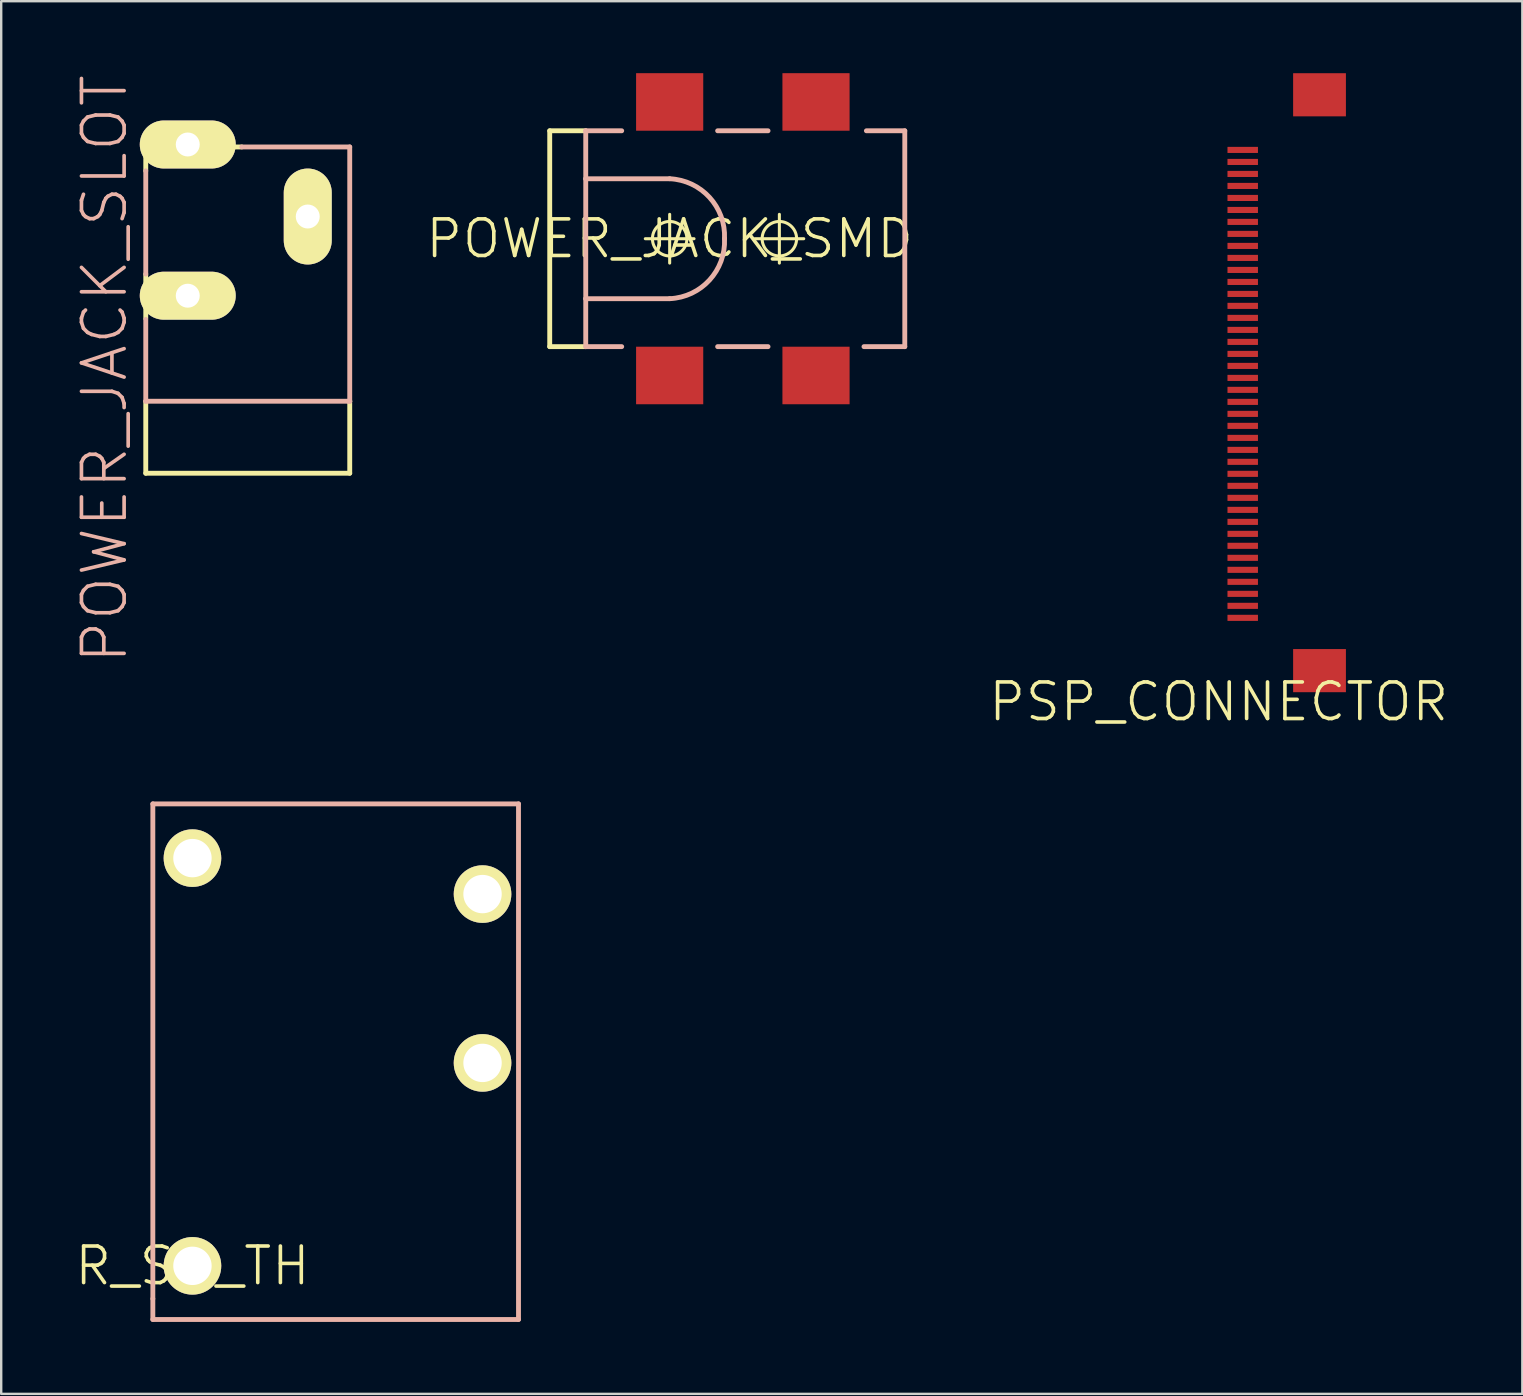
<source format=kicad_pcb>
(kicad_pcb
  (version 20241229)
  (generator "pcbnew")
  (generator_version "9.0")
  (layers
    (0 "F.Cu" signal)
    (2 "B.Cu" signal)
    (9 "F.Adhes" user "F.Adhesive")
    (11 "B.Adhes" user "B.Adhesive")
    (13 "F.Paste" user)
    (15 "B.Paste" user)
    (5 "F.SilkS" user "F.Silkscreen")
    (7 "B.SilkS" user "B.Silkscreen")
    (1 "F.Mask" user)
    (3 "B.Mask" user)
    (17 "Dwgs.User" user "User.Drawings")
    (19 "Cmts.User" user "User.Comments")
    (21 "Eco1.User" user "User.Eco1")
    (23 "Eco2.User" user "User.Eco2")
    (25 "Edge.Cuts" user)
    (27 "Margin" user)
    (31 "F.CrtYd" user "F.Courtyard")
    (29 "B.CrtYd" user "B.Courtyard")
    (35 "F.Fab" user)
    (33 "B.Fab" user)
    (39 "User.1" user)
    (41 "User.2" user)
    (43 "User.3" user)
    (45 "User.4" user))
  (footprint "R_SW_TH"
    (layer "F.Cu")
    (at 4.971 49.707)
    (property "Reference" "R_SW_TH" (at 0 0 0) (layer "F.SilkS") (effects (font (size 1.524 1.524) (thickness 0.15))))
    (attr exclude_from_pos_files exclude_from_bom)
    (fp_line (start -1.651 -19.253) (end -1.651 1.372) (stroke (width 0.203) (type solid)) (layer "B.SilkS"))
    (fp_line (start -1.651 -19.253) (end 13.589 -19.253) (stroke (width 0.203) (type solid)) (layer "B.SilkS"))
    (fp_line (start -1.651 1.372) (end -1.651 2.235) (stroke (width 0.203) (type solid)) (layer "B.SilkS"))
    (fp_line (start 13.589 -19.253) (end 13.589 2.235) (stroke (width 0.203) (type solid)) (layer "B.SilkS"))
    (fp_line (start 13.589 2.235) (end -1.651 2.235) (stroke (width 0.203) (type solid)) (layer "B.SilkS"))
    (pad "P$1" thru_hole circle (at 0 0) (size 2.4 2.4) (drill 1.6) (layers "*.Cu" "F.Mask" "F.SilkS" "F.Paste"))
    (pad "P$2" thru_hole circle (at 0 -16.993) (size 2.4 2.4) (drill 1.6) (layers "*.Cu" "F.Mask" "F.SilkS" "F.Paste"))
    (pad "P$3" thru_hole circle (at 12.09 -15.494) (size 2.4 2.4) (drill 1.6) (layers "*.Cu" "F.Mask" "F.SilkS" "F.Paste"))
    (pad "P$4" thru_hole circle (at 12.09 -8.458) (size 2.4 2.4) (drill 1.6) (layers "*.Cu" "F.Mask" "F.SilkS" "F.Paste")))
  (footprint "PSP_CONNECTOR"
    (layer "F.Cu")
    (at 47.745 26.198)
    (property "Reference" "PSP_CONNECTOR" (at 0 0 0) (layer "F.SilkS") (effects (font (size 1.524 1.524) (thickness 0.15))))
    (attr smd)
    (pad "." smd rect (at 4.399 -25.298 180) (size 0.001 0.001) (layers "B.Cu" "B.Mask"))
    (pad "AVDD" smd rect (at 0.998 -5.999 90) (size 0.254 1.27) (layers "F.Cu" "F.Mask" "F.Paste"))
    (pad "AVDD" smd rect (at 0.998 -5.499 270) (size 0.254 1.27) (layers "F.Cu" "F.Mask" "F.Paste"))
    (pad "B0" smd rect (at 0.998 -13 270) (size 0.254 1.27) (layers "F.Cu" "F.Mask" "F.Paste"))
    (pad "B1" smd rect (at 0.998 -12.499 270) (size 0.254 1.27) (layers "F.Cu" "F.Mask" "F.Paste"))
    (pad "B2" smd rect (at 0.998 -11.999 90) (size 0.254 1.27) (layers "F.Cu" "F.Mask" "F.Paste"))
    (pad "B3" smd rect (at 0.998 -11.499 270) (size 0.254 1.27) (layers "F.Cu" "F.Mask" "F.Paste"))
    (pad "B4" smd rect (at 0.998 -10.998 270) (size 0.254 1.27) (layers "F.Cu" "F.Mask" "F.Paste"))
    (pad "B5" smd rect (at 0.998 -10.498 270) (size 0.254 1.27) (layers "F.Cu" "F.Mask" "F.Paste"))
    (pad "B6" smd rect (at 0.998 -10 90) (size 0.254 1.27) (layers "F.Cu" "F.Mask" "F.Paste"))
    (pad "B7" smd rect (at 0.998 -9.5 270) (size 0.254 1.27) (layers "F.Cu" "F.Mask" "F.Paste"))
    (pad "CK" smd rect (at 0.998 -8.499 270) (size 0.254 1.27) (layers "F.Cu" "F.Mask" "F.Paste"))
    (pad "DISP" smd rect (at 0.998 -7.998 90) (size 0.254 1.27) (layers "F.Cu" "F.Mask" "F.Paste"))
    (pad "G0" smd rect (at 0.998 -16.998 270) (size 0.254 1.27) (layers "F.Cu" "F.Mask" "F.Paste"))
    (pad "G1" smd rect (at 0.998 -16.5 270) (size 0.254 1.27) (layers "F.Cu" "F.Mask" "F.Paste"))
    (pad "G2" smd rect (at 0.998 -15.999 90) (size 0.254 1.27) (layers "F.Cu" "F.Mask" "F.Paste"))
    (pad "G3" smd rect (at 0.998 -15.499 270) (size 0.254 1.27) (layers "F.Cu" "F.Mask" "F.Paste"))
    (pad "G4" smd rect (at 0.998 -14.999 270) (size 0.254 1.27) (layers "F.Cu" "F.Mask" "F.Paste"))
    (pad "G5" smd rect (at 0.998 -14.498 270) (size 0.254 1.27) (layers "F.Cu" "F.Mask" "F.Paste"))
    (pad "G6" smd rect (at 0.998 -13.998 90) (size 0.254 1.27) (layers "F.Cu" "F.Mask" "F.Paste"))
    (pad "G7" smd rect (at 0.998 -13.498 270) (size 0.254 1.27) (layers "F.Cu" "F.Mask" "F.Paste"))
    (pad "GND" smd rect (at 0.998 -23 270) (size 0.254 1.27) (layers "F.Cu" "F.Mask" "F.Paste"))
    (pad "GND2" smd rect (at 0.998 -22.499 270) (size 0.254 1.27) (layers "F.Cu" "F.Mask" "F.Paste"))
    (pad "GND3" smd rect (at 0.998 -8.999 270) (size 0.254 1.27) (layers "F.Cu" "F.Mask" "F.Paste"))
    (pad "GND4" smd rect (at 4.199 -25.298) (size 2.2 1.798) (layers "F.Cu" "F.Mask" "F.Paste"))
    (pad "GND5" smd rect (at 4.199 -1.298) (size 2.2 1.798) (layers "F.Cu" "F.Mask" "F.Paste"))
    (pad "HSYN" smd rect (at 0.998 -7.498 270) (size 0.254 1.27) (layers "F.Cu" "F.Mask" "F.Paste"))
    (pad "NC" smd rect (at 0.998 -6.5 270) (size 0.254 1.27) (layers "F.Cu" "F.Mask" "F.Paste"))
    (pad "NC2" smd rect (at 0.998 -4.999 270) (size 0.254 1.27) (layers "F.Cu" "F.Mask" "F.Paste"))
    (pad "R0" smd rect (at 0.998 -20.998 270) (size 0.254 1.27) (layers "F.Cu" "F.Mask" "F.Paste"))
    (pad "R1" smd rect (at 0.998 -20.498 270) (size 0.254 1.27) (layers "F.Cu" "F.Mask" "F.Paste"))
    (pad "R2" smd rect (at 0.998 -20 90) (size 0.254 1.27) (layers "F.Cu" "F.Mask" "F.Paste"))
    (pad "R3" smd rect (at 0.998 -19.5 270) (size 0.254 1.27) (layers "F.Cu" "F.Mask" "F.Paste"))
    (pad "R4" smd rect (at 0.998 -18.999 270) (size 0.254 1.27) (layers "F.Cu" "F.Mask" "F.Paste"))
    (pad "R5" smd rect (at 0.998 -18.499 270) (size 0.254 1.27) (layers "F.Cu" "F.Mask" "F.Paste"))
    (pad "R6" smd rect (at 0.998 -17.998 90) (size 0.254 1.27) (layers "F.Cu" "F.Mask" "F.Paste"))
    (pad "R7" smd rect (at 0.998 -17.498 270) (size 0.254 1.27) (layers "F.Cu" "F.Mask" "F.Paste"))
    (pad "TEST" smd rect (at 0.998 -4.498 270) (size 0.254 1.27) (layers "F.Cu" "F.Mask" "F.Paste"))
    (pad "TEST" smd rect (at 0.998 -3.998 90) (size 0.254 1.27) (layers "F.Cu" "F.Mask" "F.Paste"))
    (pad "TEST" smd rect (at 0.998 -3.498 270) (size 0.254 1.27) (layers "F.Cu" "F.Mask" "F.Paste"))
    (pad "VCC" smd rect (at 0.998 -21.999 90) (size 0.254 1.27) (layers "F.Cu" "F.Mask" "F.Paste"))
    (pad "VCC2" smd rect (at 0.998 -21.499 270) (size 0.254 1.27) (layers "F.Cu" "F.Mask" "F.Paste"))
    (pad "VSYN" smd rect (at 0.998 -6.998 270) (size 0.254 1.27) (layers "F.Cu" "F.Mask" "F.Paste")))
  (footprint "POWER_JACK_SMD"
    (layer "F.Cu")
    (at 24.86 6.899)
    (property "Reference" "POWER_JACK_SMD" (at 0 0 0) (layer "F.SilkS") (effects (font (size 1.524 1.524) (thickness 0.15))))
    (attr smd)
    (fp_line (start -4.999 -4.498) (end -4.999 4.498) (stroke (width 0.203) (type solid)) (layer "F.SilkS"))
    (fp_line (start -4.999 -4.498) (end -3.498 -4.498) (stroke (width 0.203) (type solid)) (layer "F.SilkS"))
    (fp_line (start -3.498 4.498) (end -4.999 4.498) (stroke (width 0.203) (type solid)) (layer "F.SilkS"))
    (fp_line (start -1.016 0) (end 1.016 0) (stroke (width 0.127) (type solid)) (layer "F.SilkS"))
    (fp_line (start 0 1.016) (end 0 -1.016) (stroke (width 0.127) (type solid)) (layer "F.SilkS"))
    (fp_line (start 3.556 0) (end 5.588 0) (stroke (width 0.127) (type solid)) (layer "F.SilkS"))
    (fp_line (start 4.572 1.016) (end 4.572 -1.016) (stroke (width 0.127) (type solid)) (layer "F.SilkS"))
    (fp_circle (center 0 0) (end -0.508 0.508) (stroke (width 0.127) (type solid)) (fill no) (layer "F.SilkS"))
    (fp_circle (center 4.572 0) (end 5.08 0.508) (stroke (width 0.127) (type solid)) (fill no) (layer "F.SilkS"))
    (fp_line (start -3.498 -4.498) (end -3.498 -2.499) (stroke (width 0.203) (type solid)) (layer "B.SilkS"))
    (fp_line (start -3.498 -4.498) (end -1.999 -4.498) (stroke (width 0.203) (type solid)) (layer "B.SilkS"))
    (fp_line (start -3.498 -2.499) (end -3.498 2.499) (stroke (width 0.203) (type solid)) (layer "B.SilkS"))
    (fp_line (start -3.498 -2.499) (end 0 -2.499) (stroke (width 0.203) (type solid)) (layer "B.SilkS"))
    (fp_line (start -3.498 2.499) (end -3.498 4.498) (stroke (width 0.203) (type solid)) (layer "B.SilkS"))
    (fp_line (start -1.999 4.498) (end -3.498 4.498) (stroke (width 0.203) (type solid)) (layer "B.SilkS"))
    (fp_line (start 0 2.499) (end -3.498 2.499) (stroke (width 0.203) (type solid)) (layer "B.SilkS"))
    (fp_line (start 1.999 -4.498) (end 4.1 -4.498) (stroke (width 0.203) (type solid)) (layer "B.SilkS"))
    (fp_line (start 4.1 4.498) (end 1.999 4.498) (stroke (width 0.203) (type solid)) (layer "B.SilkS"))
    (fp_line (start 8.199 -4.498) (end 9.799 -4.498) (stroke (width 0.203) (type solid)) (layer "B.SilkS"))
    (fp_line (start 9.799 -4.498) (end 9.799 4.498) (stroke (width 0.203) (type solid)) (layer "B.SilkS"))
    (fp_line (start 9.799 4.498) (end 8.098 4.498) (stroke (width 0.203) (type solid)) (layer "B.SilkS"))
    (fp_arc (start 0 -2.49936) (mid 1.660634 -1.723126) (end 2.286 0) (stroke (width 0.2032) (type solid)) (layer "B.SilkS"))
    (fp_arc (start 2.286 0) (mid 1.660634 1.723126) (end 0 2.49936) (stroke (width 0.2032) (type solid)) (layer "B.SilkS"))
    (pad "GND" smd rect (at 0 5.7) (size 2.799 2.398) (layers "F.Cu" "F.Mask" "F.Paste"))
    (pad "P$4" smd rect (at 6.099 5.7) (size 2.799 2.398) (layers "F.Cu" "F.Mask" "F.Paste"))
    (pad "VIN0" smd rect (at 0 -5.7) (size 2.799 2.398) (layers "F.Cu" "F.Mask" "F.Paste"))
    (pad "VIN1" smd rect (at 6.099 -5.7) (size 2.799 2.398) (layers "F.Cu" "F.Mask" "F.Paste")))
  (footprint "POWER_JACK_SLOT"
    (layer "F.Cu")
    (at 2.197 16.772)
    (property "Reference" "POWER_JACK_SLOT" (at -0.889 -4.445 90) (layer "B.SilkS") (effects (font (size 1.778 1.778) (thickness 0.152))))
    (attr exclude_from_pos_files exclude_from_bom)
    (fp_line (start 0.828 -13.698) (end 0.828 -12.7) (stroke (width 0.203) (type solid)) (layer "F.SilkS"))
    (fp_line (start 0.828 -8.4) (end 0.828 -6.548) (stroke (width 0.203) (type solid)) (layer "F.SilkS"))
    (fp_line (start 0.828 -3.099) (end 0.828 -0.099) (stroke (width 0.203) (type solid)) (layer "F.SilkS"))
    (fp_line (start 0.978 -13.8) (end 4.178 -13.8) (stroke (width 0.1) (type solid)) (layer "F.SilkS"))
    (fp_line (start 1.478 -14.298) (end 3.678 -14.298) (stroke (width 0.1) (type solid)) (layer "F.SilkS"))
    (fp_line (start 1.478 -7.998) (end 3.678 -7.998) (stroke (width 0.1) (type solid)) (layer "F.SilkS"))
    (fp_line (start 3.678 -13.299) (end 1.478 -13.299) (stroke (width 0.1) (type solid)) (layer "F.SilkS"))
    (fp_line (start 3.678 -6.998) (end 1.478 -6.998) (stroke (width 0.1) (type solid)) (layer "F.SilkS"))
    (fp_line (start 4.829 -13.698) (end 0.828 -13.698) (stroke (width 0.203) (type solid)) (layer "F.SilkS"))
    (fp_line (start 7.079 -9.698) (end 7.079 -11.9) (stroke (width 0.1) (type solid)) (layer "F.SilkS"))
    (fp_line (start 8.08 -11.9) (end 8.08 -9.698) (stroke (width 0.1) (type solid)) (layer "F.SilkS"))
    (fp_line (start 9.329 -0.099) (end 0.828 -0.099) (stroke (width 0.203) (type solid)) (layer "F.SilkS"))
    (fp_line (start 9.329 -0.099) (end 9.329 -3.099) (stroke (width 0.203) (type solid)) (layer "F.SilkS"))
    (fp_arc (start 0.9779 -13.79982) (mid 1.124458 -14.153642) (end 1.47828 -14.3002) (stroke (width 0.1) (type solid)) (layer "F.SilkS"))
    (fp_arc (start 0.9779 -7.49808) (mid 1.124458 -7.851902) (end 1.47828 -7.99846) (stroke (width 0.1) (type solid)) (layer "F.SilkS"))
    (fp_arc (start 1.47828 -13.29944) (mid 1.124458 -13.445998) (end 0.9779 -13.79982) (stroke (width 0.1) (type solid)) (layer "F.SilkS"))
    (fp_arc (start 1.47828 -6.9977) (mid 1.124458 -7.144258) (end 0.9779 -7.49808) (stroke (width 0.1) (type solid)) (layer "F.SilkS"))
    (fp_arc (start 3.67792 -14.29766) (mid 4.029946 -14.151846) (end 4.17576 -13.79982) (stroke (width 0.1) (type solid)) (layer "F.SilkS"))
    (fp_arc (start 3.67792 -7.99846) (mid 4.031742 -7.851902) (end 4.1783 -7.49808) (stroke (width 0.1) (type solid)) (layer "F.SilkS"))
    (fp_arc (start 4.1783 -13.79982) (mid 4.031742 -13.445998) (end 3.67792 -13.29944) (stroke (width 0.1) (type solid)) (layer "F.SilkS"))
    (fp_arc (start 4.1783 -7.49808) (mid 4.031742 -7.144258) (end 3.67792 -6.9977) (stroke (width 0.1) (type solid)) (layer "F.SilkS"))
    (fp_arc (start 7.07898 -11.8999) (mid 7.225538 -12.253722) (end 7.57936 -12.40028) (stroke (width 0.1) (type solid)) (layer "F.SilkS"))
    (fp_arc (start 7.57936 -12.39774) (mid 7.931386 -12.251926) (end 8.0772 -11.8999) (stroke (width 0.1) (type solid)) (layer "F.SilkS"))
    (fp_arc (start 7.57936 -9.19988) (mid 7.227334 -9.345694) (end 7.08152 -9.69772) (stroke (width 0.1) (type solid)) (layer "F.SilkS"))
    (fp_arc (start 8.07974 -9.69772) (mid 7.933182 -9.343898) (end 7.57936 -9.19734) (stroke (width 0.1) (type solid)) (layer "F.SilkS"))
    (fp_line (start 0.828 -12.7) (end 0.828 -8.4) (stroke (width 0.203) (type solid)) (layer "B.SilkS"))
    (fp_line (start 0.828 -6.507) (end 0.828 -3.099) (stroke (width 0.203) (type solid)) (layer "B.SilkS"))
    (fp_line (start 0.828 -3.099) (end 9.329 -3.099) (stroke (width 0.203) (type solid)) (layer "B.SilkS"))
    (fp_line (start 9.329 -13.698) (end 4.829 -13.698) (stroke (width 0.203) (type solid)) (layer "B.SilkS"))
    (fp_line (start 9.329 -3.099) (end 9.279 -3.099) (stroke (width 0.203) (type solid)) (layer "B.SilkS"))
    (fp_line (start 9.329 -3.099) (end 9.329 -13.698) (stroke (width 0.203) (type solid)) (layer "B.SilkS"))
    (pad "GND@" thru_hole oval (at 2.578 -7.498 90) (size 1.999 3.998) (drill 0.998) (layers "*.Cu" "F.Mask" "F.SilkS" "F.Paste"))
    (pad "GND@" thru_hole oval (at 7.579 -10.798 180) (size 1.999 3.998) (drill 0.998) (layers "*.Cu" "F.Mask" "F.SilkS" "F.Paste"))
    (pad "PWR" thru_hole oval (at 2.578 -13.8 90) (size 1.999 3.998) (drill 0.998) (layers "*.Cu" "F.Mask" "F.SilkS" "F.Paste")))
  (gr_rect
    (start -3 -3)
    (end 60.397 55.044)
    (stroke (width 0.1) (type default))
    (fill no)
    (layer "Edge.Cuts")))
</source>
